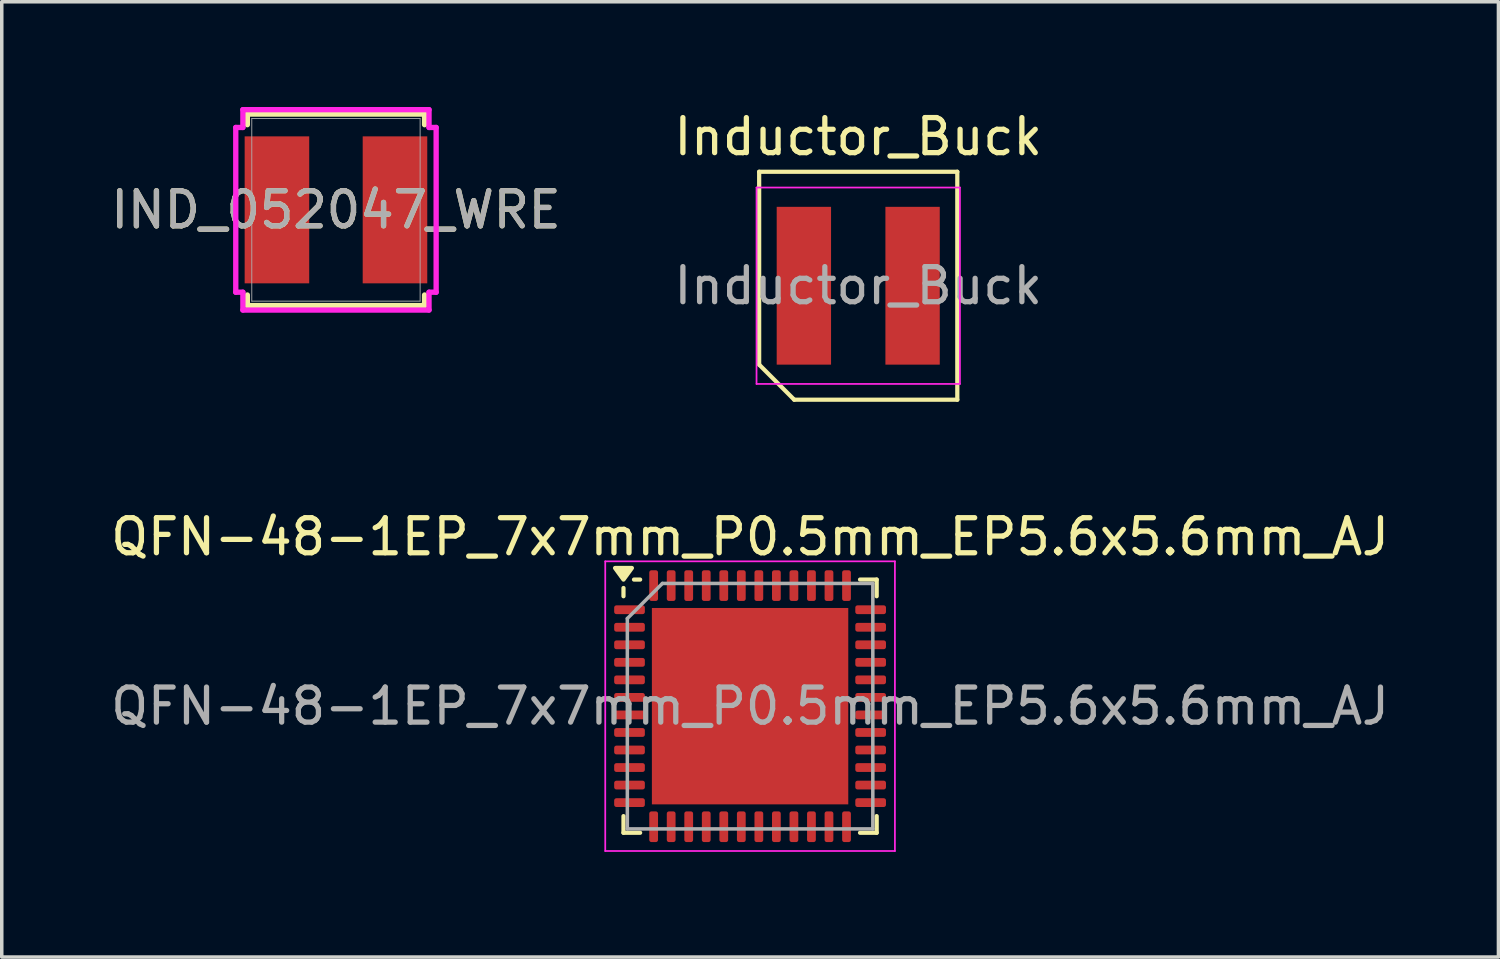
<source format=kicad_pcb>
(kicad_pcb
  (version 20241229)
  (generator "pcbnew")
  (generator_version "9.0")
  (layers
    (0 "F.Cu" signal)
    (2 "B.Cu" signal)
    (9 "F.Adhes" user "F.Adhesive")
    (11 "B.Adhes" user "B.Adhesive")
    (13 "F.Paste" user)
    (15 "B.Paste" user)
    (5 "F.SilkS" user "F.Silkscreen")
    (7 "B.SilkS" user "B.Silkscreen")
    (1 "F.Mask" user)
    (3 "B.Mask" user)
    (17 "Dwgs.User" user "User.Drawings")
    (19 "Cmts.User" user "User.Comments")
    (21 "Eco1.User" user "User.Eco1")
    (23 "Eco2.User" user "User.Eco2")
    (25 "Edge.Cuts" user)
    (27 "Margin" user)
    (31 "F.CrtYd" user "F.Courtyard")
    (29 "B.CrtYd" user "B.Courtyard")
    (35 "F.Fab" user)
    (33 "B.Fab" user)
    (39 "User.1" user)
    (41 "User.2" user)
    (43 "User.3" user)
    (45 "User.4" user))
  (footprint "Inductor_Buck"
    (layer "F.Cu")
    (at 21.423 5.098)
    (property "Reference" "Inductor_Buck" (at 0 -4.25 0) (layer "F.SilkS") (effects (font (size 1 1) (thickness 0.15))))
    (attr smd)
    (fp_line (start -2.825 -3.25) (end 2.825 -3.25) (stroke (width 0.12) (type default)) (layer "F.SilkS"))
    (fp_line (start -2.825 2.25) (end -2.825 -3.25) (stroke (width 0.12) (type default)) (layer "F.SilkS"))
    (fp_line (start -1.825 3.25) (end -2.825 2.25) (stroke (width 0.12) (type default)) (layer "F.SilkS"))
    (fp_line (start 2.825 -3.25) (end 2.825 3.25) (stroke (width 0.12) (type default)) (layer "F.SilkS"))
    (fp_line (start 2.825 3.25) (end -1.825 3.25) (stroke (width 0.12) (type default)) (layer "F.SilkS"))
    (fp_line (start -2.9 -2.8) (end 2.9 -2.8) (stroke (width 0.05) (type default)) (layer "F.CrtYd"))
    (fp_line (start -2.9 2.8) (end -2.9 -2.8) (stroke (width 0.05) (type default)) (layer "F.CrtYd"))
    (fp_line (start 2.9 -2.8) (end 2.9 2.8) (stroke (width 0.05) (type default)) (layer "F.CrtYd"))
    (fp_line (start 2.9 2.8) (end -2.9 2.8) (stroke (width 0.05) (type default)) (layer "F.CrtYd"))
    (fp_text user "${REFERENCE}" (at 0 0 0) (layer "F.Fab") (effects (font (size 1 1) (thickness 0.15))))
    (pad "1" smd rect (at -1.55 0) (size 1.55 4.5) (layers "F.Cu" "F.Mask" "F.Paste"))
    (pad "2" smd rect (at 1.55 0) (size 1.55 4.5) (layers "F.Cu" "F.Mask" "F.Paste")))
  (footprint "IND_052047_WRE"
    (layer "F.Cu")
    (at 6.53 2.934)
    (property "Reference" "IND_052047_WRE" (at 0 0 0) (unlocked yes) (layer "F.SilkS") (effects (font (size 1 1) (thickness 0.15))))
    (attr smd)
    (fp_line (start -2.527 -2.731) (end -2.527 -2.428) (stroke (width 0.152) (type solid)) (layer "F.SilkS"))
    (fp_line (start -2.527 2.428) (end -2.527 2.731) (stroke (width 0.152) (type solid)) (layer "F.SilkS"))
    (fp_line (start -2.527 2.731) (end 2.527 2.731) (stroke (width 0.152) (type solid)) (layer "F.SilkS"))
    (fp_line (start 2.527 -2.731) (end -2.527 -2.731) (stroke (width 0.152) (type solid)) (layer "F.SilkS"))
    (fp_line (start 2.527 -2.428) (end 2.527 -2.731) (stroke (width 0.152) (type solid)) (layer "F.SilkS"))
    (fp_line (start 2.527 2.731) (end 2.527 2.428) (stroke (width 0.152) (type solid)) (layer "F.SilkS"))
    (fp_line (start -2.857 -2.349) (end -2.654 -2.349) (stroke (width 0.152) (type solid)) (layer "F.CrtYd"))
    (fp_line (start -2.857 2.349) (end -2.857 -2.349) (stroke (width 0.152) (type solid)) (layer "F.CrtYd"))
    (fp_line (start -2.654 -2.857) (end 2.654 -2.857) (stroke (width 0.152) (type solid)) (layer "F.CrtYd"))
    (fp_line (start -2.654 -2.349) (end -2.654 -2.857) (stroke (width 0.152) (type solid)) (layer "F.CrtYd"))
    (fp_line (start -2.654 2.349) (end -2.857 2.349) (stroke (width 0.152) (type solid)) (layer "F.CrtYd"))
    (fp_line (start -2.654 2.857) (end -2.654 2.349) (stroke (width 0.152) (type solid)) (layer "F.CrtYd"))
    (fp_line (start 2.654 -2.857) (end 2.654 -2.349) (stroke (width 0.152) (type solid)) (layer "F.CrtYd"))
    (fp_line (start 2.654 -2.349) (end 2.857 -2.349) (stroke (width 0.152) (type solid)) (layer "F.CrtYd"))
    (fp_line (start 2.654 2.349) (end 2.654 2.857) (stroke (width 0.152) (type solid)) (layer "F.CrtYd"))
    (fp_line (start 2.654 2.857) (end -2.654 2.857) (stroke (width 0.152) (type solid)) (layer "F.CrtYd"))
    (fp_line (start 2.857 -2.349) (end 2.857 2.349) (stroke (width 0.152) (type solid)) (layer "F.CrtYd"))
    (fp_line (start 2.857 2.349) (end 2.654 2.349) (stroke (width 0.152) (type solid)) (layer "F.CrtYd"))
    (fp_line (start -2.4 -2.603) (end -2.4 2.603) (stroke (width 0.025) (type solid)) (layer "F.Fab"))
    (fp_line (start -2.4 2.603) (end 2.4 2.603) (stroke (width 0.025) (type solid)) (layer "F.Fab"))
    (fp_line (start 2.4 -2.603) (end -2.4 -2.603) (stroke (width 0.025) (type solid)) (layer "F.Fab"))
    (fp_line (start 2.4 2.603) (end 2.4 -2.603) (stroke (width 0.025) (type solid)) (layer "F.Fab"))
    (fp_circle (center -2.324 0) (end -2.324 0) (stroke (width 0.025) (type solid)) (fill no) (layer "F.Fab"))
    (fp_text user "${REFERENCE}" (at 0 0 0) (unlocked yes) (layer "F.Fab") (effects (font (size 1 1) (thickness 0.15))))
    (pad "1" smd rect (at -1.683 0) (size 1.841 4.191) (layers "F.Cu" "F.Mask" "F.Paste"))
    (pad "2" smd rect (at 1.683 0) (size 1.841 4.191) (layers "F.Cu" "F.Mask" "F.Paste"))
    (zone (net_name "") (layer "F.Cu") (hatch full 0.508) (connect_pads) (min_thickness 0.254) (filled_areas_thickness no) (keepout (tracks not_allowed) (vias not_allowed) (pads allowed) (copperpour not_allowed) (footprints allowed)) (placement (enabled no)) (fill) (polygon (pts (xy 5.819 0.381) (xy 7.241 0.381) (xy 7.241 5.486) (xy 5.819 5.486)))))
  (footprint "QFN-48-1EP_7x7mm_P0.5mm_EP5.6x5.6mm_AJ"
    (layer "F.Cu")
    (at 18.339 17.087)
    (property "Reference" "QFN-48-1EP_7x7mm_P0.5mm_EP5.6x5.6mm_AJ" (at 0 -4.83 0) (layer "F.SilkS") (effects (font (size 1 1) (thickness 0.15))))
    (attr smd)
    (fp_line (start -3.61 -3.135) (end -3.61 -3.37) (stroke (width 0.12) (type solid)) (layer "F.SilkS"))
    (fp_line (start -3.61 3.61) (end -3.61 3.135) (stroke (width 0.12) (type solid)) (layer "F.SilkS"))
    (fp_line (start -3.135 -3.61) (end -3.31 -3.61) (stroke (width 0.12) (type solid)) (layer "F.SilkS"))
    (fp_line (start -3.135 3.61) (end -3.61 3.61) (stroke (width 0.12) (type solid)) (layer "F.SilkS"))
    (fp_line (start 3.135 -3.61) (end 3.61 -3.61) (stroke (width 0.12) (type solid)) (layer "F.SilkS"))
    (fp_line (start 3.135 3.61) (end 3.61 3.61) (stroke (width 0.12) (type solid)) (layer "F.SilkS"))
    (fp_line (start 3.61 -3.61) (end 3.61 -3.135) (stroke (width 0.12) (type solid)) (layer "F.SilkS"))
    (fp_line (start 3.61 3.61) (end 3.61 3.135) (stroke (width 0.12) (type solid)) (layer "F.SilkS"))
    (fp_poly (pts (xy -3.61 -3.61) (xy -3.85 -3.94) (xy -3.37 -3.94) (xy -3.61 -3.61)) (stroke (width 0.12) (type solid)) (fill yes) (layer "F.SilkS"))
    (fp_line (start -4.13 -4.13) (end -4.13 4.13) (stroke (width 0.05) (type solid)) (layer "F.CrtYd"))
    (fp_line (start -4.13 4.13) (end 4.13 4.13) (stroke (width 0.05) (type solid)) (layer "F.CrtYd"))
    (fp_line (start 4.13 -4.13) (end -4.13 -4.13) (stroke (width 0.05) (type solid)) (layer "F.CrtYd"))
    (fp_line (start 4.13 4.13) (end 4.13 -4.13) (stroke (width 0.05) (type solid)) (layer "F.CrtYd"))
    (fp_line (start -3.5 -2.5) (end -2.5 -3.5) (stroke (width 0.1) (type solid)) (layer "F.Fab"))
    (fp_line (start -3.5 3.5) (end -3.5 -2.5) (stroke (width 0.1) (type solid)) (layer "F.Fab"))
    (fp_line (start -2.5 -3.5) (end 3.5 -3.5) (stroke (width 0.1) (type solid)) (layer "F.Fab"))
    (fp_line (start 3.5 -3.5) (end 3.5 3.5) (stroke (width 0.1) (type solid)) (layer "F.Fab"))
    (fp_line (start 3.5 3.5) (end -3.5 3.5) (stroke (width 0.1) (type solid)) (layer "F.Fab"))
    (fp_text user "${REFERENCE}" (at 0 0 0) (layer "F.Fab") (effects (font (size 1 1) (thickness 0.15))))
    (pad "" smd roundrect (at -2.1 -2.1) (size 1.13 1.13) (layers "F.Paste") (roundrect_rratio 0.221))
    (pad "" smd roundrect (at -2.1 -0.7) (size 1.13 1.13) (layers "F.Paste") (roundrect_rratio 0.221))
    (pad "" smd roundrect (at -2.1 0.7) (size 1.13 1.13) (layers "F.Paste") (roundrect_rratio 0.221))
    (pad "" smd roundrect (at -2.1 2.1) (size 1.13 1.13) (layers "F.Paste") (roundrect_rratio 0.221))
    (pad "" smd roundrect (at -0.7 -2.1) (size 1.13 1.13) (layers "F.Paste") (roundrect_rratio 0.221))
    (pad "" smd roundrect (at -0.7 -0.7) (size 1.13 1.13) (layers "F.Paste") (roundrect_rratio 0.221))
    (pad "" smd roundrect (at -0.7 0.7) (size 1.13 1.13) (layers "F.Paste") (roundrect_rratio 0.221))
    (pad "" smd roundrect (at -0.7 2.1) (size 1.13 1.13) (layers "F.Paste") (roundrect_rratio 0.221))
    (pad "" smd roundrect (at 0.7 -2.1) (size 1.13 1.13) (layers "F.Paste") (roundrect_rratio 0.221))
    (pad "" smd roundrect (at 0.7 -0.7) (size 1.13 1.13) (layers "F.Paste") (roundrect_rratio 0.221))
    (pad "" smd roundrect (at 0.7 0.7) (size 1.13 1.13) (layers "F.Paste") (roundrect_rratio 0.221))
    (pad "" smd roundrect (at 0.7 2.1) (size 1.13 1.13) (layers "F.Paste") (roundrect_rratio 0.221))
    (pad "" smd roundrect (at 2.1 -2.1) (size 1.13 1.13) (layers "F.Paste") (roundrect_rratio 0.221))
    (pad "" smd roundrect (at 2.1 -0.7) (size 1.13 1.13) (layers "F.Paste") (roundrect_rratio 0.221))
    (pad "" smd roundrect (at 2.1 0.7) (size 1.13 1.13) (layers "F.Paste") (roundrect_rratio 0.221))
    (pad "" smd roundrect (at 2.1 2.1) (size 1.13 1.13) (layers "F.Paste") (roundrect_rratio 0.221))
    (pad "1" smd roundrect (at -3.438 -2.75) (size 0.875 0.25) (layers "F.Cu" "F.Mask" "F.Paste") (roundrect_rratio 0.25))
    (pad "2" smd roundrect (at -3.438 -2.25) (size 0.875 0.25) (layers "F.Cu" "F.Mask" "F.Paste") (roundrect_rratio 0.25))
    (pad "3" smd roundrect (at -3.438 -1.75) (size 0.875 0.25) (layers "F.Cu" "F.Mask" "F.Paste") (roundrect_rratio 0.25))
    (pad "4" smd roundrect (at -3.438 -1.25) (size 0.875 0.25) (layers "F.Cu" "F.Mask" "F.Paste") (roundrect_rratio 0.25))
    (pad "5" smd roundrect (at -3.438 -0.75) (size 0.875 0.25) (layers "F.Cu" "F.Mask" "F.Paste") (roundrect_rratio 0.25))
    (pad "6" smd roundrect (at -3.438 -0.25) (size 0.875 0.25) (layers "F.Cu" "F.Mask" "F.Paste") (roundrect_rratio 0.25))
    (pad "7" smd roundrect (at -3.438 0.25) (size 0.875 0.25) (layers "F.Cu" "F.Mask" "F.Paste") (roundrect_rratio 0.25))
    (pad "8" smd roundrect (at -3.438 0.75) (size 0.875 0.25) (layers "F.Cu" "F.Mask" "F.Paste") (roundrect_rratio 0.25))
    (pad "9" smd roundrect (at -3.438 1.25) (size 0.875 0.25) (layers "F.Cu" "F.Mask" "F.Paste") (roundrect_rratio 0.25))
    (pad "10" smd roundrect (at -3.438 1.75) (size 0.875 0.25) (layers "F.Cu" "F.Mask" "F.Paste") (roundrect_rratio 0.25))
    (pad "11" smd roundrect (at -3.438 2.25) (size 0.875 0.25) (layers "F.Cu" "F.Mask" "F.Paste") (roundrect_rratio 0.25))
    (pad "12" smd roundrect (at -3.438 2.75) (size 0.875 0.25) (layers "F.Cu" "F.Mask" "F.Paste") (roundrect_rratio 0.25))
    (pad "13" smd roundrect (at -2.75 3.438) (size 0.25 0.875) (layers "F.Cu" "F.Mask" "F.Paste") (roundrect_rratio 0.25))
    (pad "14" smd roundrect (at -2.25 3.438) (size 0.25 0.875) (layers "F.Cu" "F.Mask" "F.Paste") (roundrect_rratio 0.25))
    (pad "15" smd roundrect (at -1.75 3.438) (size 0.25 0.875) (layers "F.Cu" "F.Mask" "F.Paste") (roundrect_rratio 0.25))
    (pad "16" smd roundrect (at -1.25 3.438) (size 0.25 0.875) (layers "F.Cu" "F.Mask" "F.Paste") (roundrect_rratio 0.25))
    (pad "17" smd roundrect (at -0.75 3.438) (size 0.25 0.875) (layers "F.Cu" "F.Mask" "F.Paste") (roundrect_rratio 0.25))
    (pad "18" smd roundrect (at -0.25 3.438) (size 0.25 0.875) (layers "F.Cu" "F.Mask" "F.Paste") (roundrect_rratio 0.25))
    (pad "19" smd roundrect (at 0.25 3.438) (size 0.25 0.875) (layers "F.Cu" "F.Mask" "F.Paste") (roundrect_rratio 0.25))
    (pad "20" smd roundrect (at 0.75 3.438) (size 0.25 0.875) (layers "F.Cu" "F.Mask" "F.Paste") (roundrect_rratio 0.25))
    (pad "21" smd roundrect (at 1.25 3.438) (size 0.25 0.875) (layers "F.Cu" "F.Mask" "F.Paste") (roundrect_rratio 0.25))
    (pad "22" smd roundrect (at 1.75 3.438) (size 0.25 0.875) (layers "F.Cu" "F.Mask" "F.Paste") (roundrect_rratio 0.25))
    (pad "23" smd roundrect (at 2.25 3.438) (size 0.25 0.875) (layers "F.Cu" "F.Mask" "F.Paste") (roundrect_rratio 0.25))
    (pad "24" smd roundrect (at 2.75 3.438) (size 0.25 0.875) (layers "F.Cu" "F.Mask" "F.Paste") (roundrect_rratio 0.25))
    (pad "25" smd roundrect (at 3.438 2.75) (size 0.875 0.25) (layers "F.Cu" "F.Mask" "F.Paste") (roundrect_rratio 0.25))
    (pad "26" smd roundrect (at 3.438 2.25) (size 0.875 0.25) (layers "F.Cu" "F.Mask" "F.Paste") (roundrect_rratio 0.25))
    (pad "27" smd roundrect (at 3.438 1.75) (size 0.875 0.25) (layers "F.Cu" "F.Mask" "F.Paste") (roundrect_rratio 0.25))
    (pad "28" smd roundrect (at 3.438 1.25) (size 0.875 0.25) (layers "F.Cu" "F.Mask" "F.Paste") (roundrect_rratio 0.25))
    (pad "29" smd roundrect (at 3.438 0.75) (size 0.875 0.25) (layers "F.Cu" "F.Mask" "F.Paste") (roundrect_rratio 0.25))
    (pad "30" smd roundrect (at 3.438 0.25) (size 0.875 0.25) (layers "F.Cu" "F.Mask" "F.Paste") (roundrect_rratio 0.25))
    (pad "31" smd roundrect (at 3.438 -0.25) (size 0.875 0.25) (layers "F.Cu" "F.Mask" "F.Paste") (roundrect_rratio 0.25))
    (pad "32" smd roundrect (at 3.438 -0.75) (size 0.875 0.25) (layers "F.Cu" "F.Mask" "F.Paste") (roundrect_rratio 0.25))
    (pad "33" smd roundrect (at 3.438 -1.25) (size 0.875 0.25) (layers "F.Cu" "F.Mask" "F.Paste") (roundrect_rratio 0.25))
    (pad "34" smd roundrect (at 3.438 -1.75) (size 0.875 0.25) (layers "F.Cu" "F.Mask" "F.Paste") (roundrect_rratio 0.25))
    (pad "35" smd roundrect (at 3.438 -2.25) (size 0.875 0.25) (layers "F.Cu" "F.Mask" "F.Paste") (roundrect_rratio 0.25))
    (pad "36" smd roundrect (at 3.438 -2.75) (size 0.875 0.25) (layers "F.Cu" "F.Mask" "F.Paste") (roundrect_rratio 0.25))
    (pad "37" smd roundrect (at 2.75 -3.438) (size 0.25 0.875) (layers "F.Cu" "F.Mask" "F.Paste") (roundrect_rratio 0.25))
    (pad "38" smd roundrect (at 2.25 -3.438) (size 0.25 0.875) (layers "F.Cu" "F.Mask" "F.Paste") (roundrect_rratio 0.25))
    (pad "39" smd roundrect (at 1.75 -3.438) (size 0.25 0.875) (layers "F.Cu" "F.Mask" "F.Paste") (roundrect_rratio 0.25))
    (pad "40" smd roundrect (at 1.25 -3.438) (size 0.25 0.875) (layers "F.Cu" "F.Mask" "F.Paste") (roundrect_rratio 0.25))
    (pad "41" smd roundrect (at 0.75 -3.438) (size 0.25 0.875) (layers "F.Cu" "F.Mask" "F.Paste") (roundrect_rratio 0.25))
    (pad "42" smd roundrect (at 0.25 -3.438) (size 0.25 0.875) (layers "F.Cu" "F.Mask" "F.Paste") (roundrect_rratio 0.25))
    (pad "43" smd roundrect (at -0.25 -3.438) (size 0.25 0.875) (layers "F.Cu" "F.Mask" "F.Paste") (roundrect_rratio 0.25))
    (pad "44" smd roundrect (at -0.75 -3.438) (size 0.25 0.875) (layers "F.Cu" "F.Mask" "F.Paste") (roundrect_rratio 0.25))
    (pad "45" smd roundrect (at -1.25 -3.438) (size 0.25 0.875) (layers "F.Cu" "F.Mask" "F.Paste") (roundrect_rratio 0.25))
    (pad "46" smd roundrect (at -1.75 -3.438) (size 0.25 0.875) (layers "F.Cu" "F.Mask" "F.Paste") (roundrect_rratio 0.25))
    (pad "47" smd roundrect (at -2.25 -3.438) (size 0.25 0.875) (layers "F.Cu" "F.Mask" "F.Paste") (roundrect_rratio 0.25))
    (pad "48" smd roundrect (at -2.75 -3.438) (size 0.25 0.875) (layers "F.Cu" "F.Mask" "F.Paste") (roundrect_rratio 0.25))
    (pad "49" smd rect (at 0 0) (size 5.6 5.6) (property pad_prop_heatsink) (layers "F.Cu" "F.Mask")))
  (gr_rect
    (start -3 -3)
    (end 39.679 24.241)
    (stroke (width 0.1) (type default))
    (fill no)
    (layer "Edge.Cuts")))
</source>
